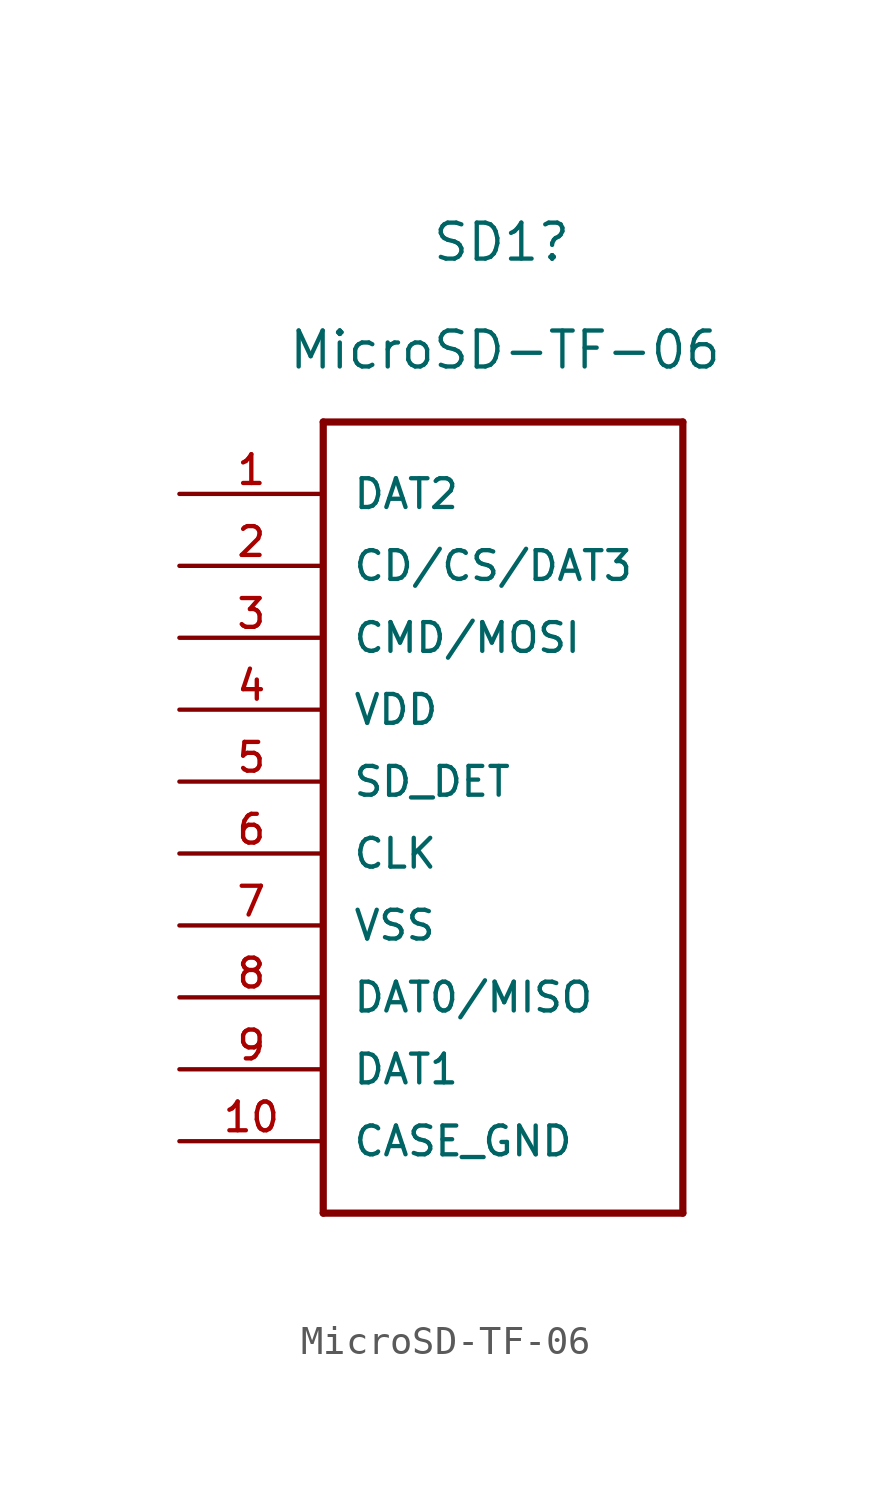
<source format=kicad_sym>
(kicad_symbol_lib
  (version 20211014)
  (generator kicad_symbol_editor)
  (symbol "MicroSD-TF-06"
    (pin_names
      (offset 1.016))
    (property "Reference" "SD1"
      (at 8.89 8.89 0)
      (effects (font (size 1.27 1.27)) (justify left)))
    (property "Value" "MicroSD-TF-06"
      (at 3.81 5.08 0)
      (effects (font (size 1.27 1.27)) (justify left)))
    (symbol "MicroSD-TF-06_0_0"
      (polyline (pts (xy 5.08 2.54) (xy 5.08 -25.4)) (stroke (width 0.254) (type default) (color 0 0 0 0)) (fill (type none)))
      (polyline (pts (xy 5.08 2.54) (xy 17.78 2.54)) (stroke (width 0.254) (type default) (color 0 0 0 0)) (fill (type none)))
      (polyline (pts (xy 17.78 -25.4) (xy 5.08 -25.4)) (stroke (width 0.254) (type default) (color 0 0 0 0)) (fill (type none)))
      (polyline (pts (xy 17.78 -25.4) (xy 17.78 2.54)) (stroke (width 0.254) (type default) (color 0 0 0 0)) (fill (type none)))
      (pin bidirectional line (at 0 0 0) (length 5.08) (name "DAT2" (effects (font (size 1.016 1.016)))) (number "1" (effects (font (size 1.016 1.016)))))
      (pin bidirectional line (at 0 -22.86 0) (length 5.08) (name "CASE_GND" (effects (font (size 1.016 1.016)))) (number "10" (effects (font (size 1.016 1.016)))))
      (pin bidirectional line (at 0 -2.54 0) (length 5.08) (name "CD/CS/DAT3" (effects (font (size 1.016 1.016)))) (number "2" (effects (font (size 1.016 1.016)))))
      (pin bidirectional line (at 0 -5.08 0) (length 5.08) (name "CMD/MOSI" (effects (font (size 1.016 1.016)))) (number "3" (effects (font (size 1.016 1.016)))))
      (pin bidirectional line (at 0 -7.62 0) (length 5.08) (name "VDD" (effects (font (size 1.016 1.016)))) (number "4" (effects (font (size 1.016 1.016)))))
      (pin bidirectional line (at 0 -10.16 0) (length 5.08) (name "SD_DET" (effects (font (size 1.016 1.016)))) (number "5" (effects (font (size 1.016 1.016)))))
      (pin bidirectional line (at 0 -12.7 0) (length 5.08) (name "CLK" (effects (font (size 1.016 1.016)))) (number "6" (effects (font (size 1.016 1.016)))))
      (pin bidirectional line (at 0 -15.24 0) (length 5.08) (name "VSS" (effects (font (size 1.016 1.016)))) (number "7" (effects (font (size 1.016 1.016)))))
      (pin bidirectional line (at 0 -17.78 0) (length 5.08) (name "DAT0/MISO" (effects (font (size 1.016 1.016)))) (number "8" (effects (font (size 1.016 1.016)))))
      (pin bidirectional line (at 0 -20.32 0) (length 5.08) (name "DAT1" (effects (font (size 1.016 1.016)))) (number "9" (effects (font (size 1.016 1.016))))))))
</source>
